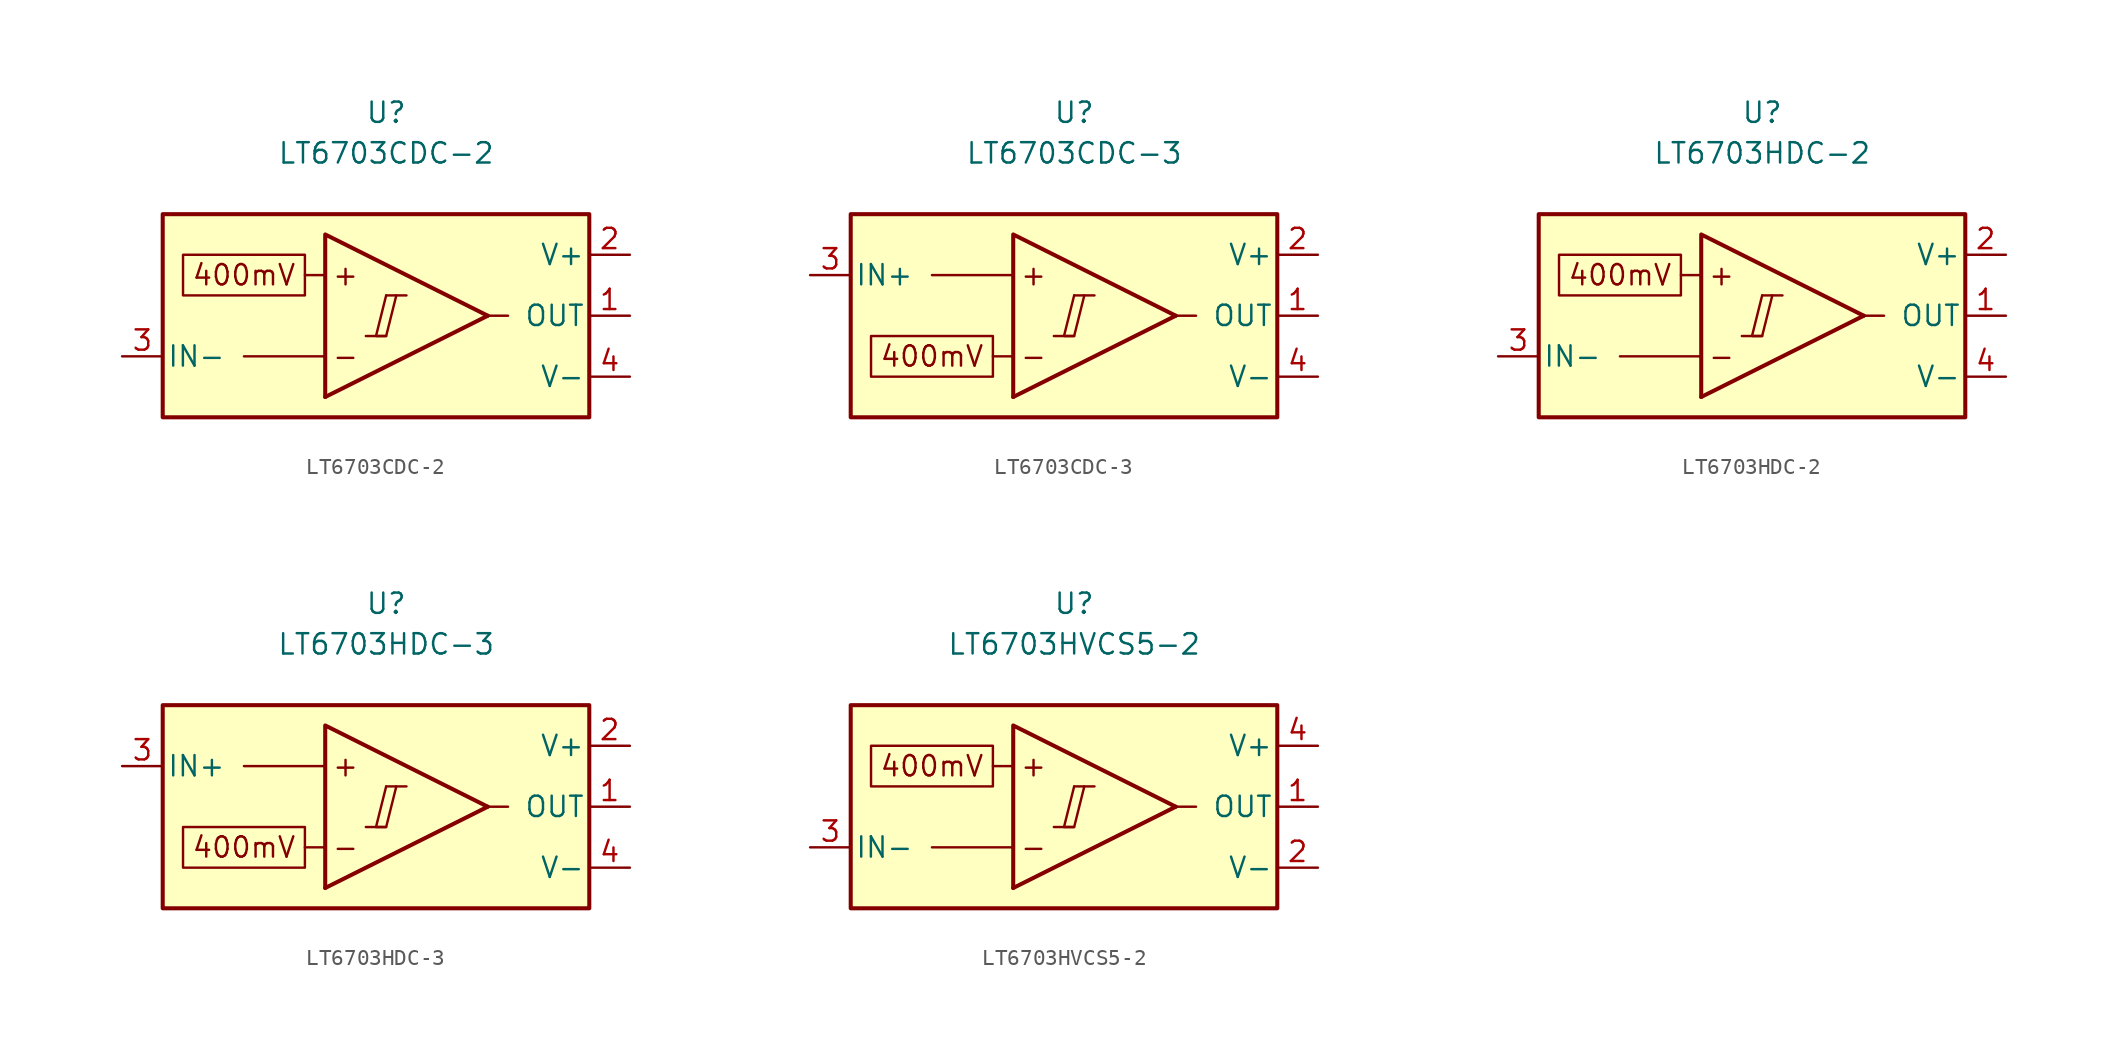
<source format=kicad_sym>
(kicad_symbol_lib
  (version 20211014)
  (generator kicad_symbol_editor)
  (symbol "LT6703CDC-2"
    (pin_names
      (offset 0.254))
    (property "Reference" "U"
      (at 0 12.7 0)
      (effects (font (size 1.27 1.27))))
    (property "Value" "LT6703CDC-2"
      (at 0 10.16 0)
      (effects (font (size 1.27 1.27))))
    (symbol "LT6703CDC-2_0_0"
      (polyline (pts (xy -1.27 -1.27) (xy 0 -1.27)) (stroke (width 0.152) (type default) (color 0 0 0 0)) (fill (type none)))
      (polyline (pts (xy 0 1.27) (xy 1.27 1.27)) (stroke (width 0.152) (type default) (color 0 0 0 0)) (fill (type none)))
      (polyline (pts (xy 6.35 0) (xy -3.81 -5.08)) (stroke (width 0.254) (type default) (color 0 0 0 0)) (fill (type none)))
      (polyline (pts (xy 6.35 0) (xy -3.81 5.08) (xy -3.81 -5.08)) (stroke (width 0.254) (type default) (color 0 0 0 0)) (fill (type background)))
      (polyline (pts (xy 0 1.27) (xy -0.635 -1.27) (xy 0 -1.27) (xy 0.635 1.27)) (stroke (width 0.152) (type default) (color 0 0 0 0)) (fill (type none)))
      (text "+" (at -2.54 2.54 0) (effects (font (size 1.27 1.27))))
      (text "-" (at -2.54 -2.54 0) (effects (font (size 1.27 1.27)))))
    (symbol "LT6703CDC-2_0_1"
      (polyline (pts (xy -3.81 -2.54) (xy -8.89 -2.54)) (stroke (width 0) (type default) (color 0 0 0 0)) (fill (type none)))
      (polyline (pts (xy -3.81 2.54) (xy -5.08 2.54)) (stroke (width 0) (type default) (color 0 0 0 0)) (fill (type none)))
      (polyline (pts (xy 6.35 0) (xy 7.62 0)) (stroke (width 0) (type default) (color 0 0 0 0)) (fill (type none))))
    (symbol "LT6703CDC-2_1_0"
      (rectangle (start -13.97 6.35) (end 12.7 -6.35) (stroke (width 0.254) (type default) (color 0 0 0 0)) (fill (type background)))
      (rectangle (start -12.7 3.81) (end -5.08 1.27) (stroke (width 0.152) (type default) (color 0 0 0 0)) (fill (type none)))
      (text "400mV" (at -8.89 2.54 0) (effects (font (size 1.27 1.27)))))
    (symbol "LT6703CDC-2_1_1"
      (pin output line (at 15.24 0 180) (length 2.54) (name "OUT" (effects (font (size 1.27 1.27)))) (number "1" (effects (font (size 1.27 1.27)))))
      (pin power_in line (at 15.24 3.81 180) (length 2.54) (name "V+" (effects (font (size 1.27 1.27)))) (number "2" (effects (font (size 1.27 1.27)))))
      (pin input line (at -16.51 -2.54 0) (length 2.54) (name "IN-" (effects (font (size 1.27 1.27)))) (number "3" (effects (font (size 1.27 1.27)))))
      (pin power_in line (at 15.24 -3.81 180) (length 2.54) (name "V-" (effects (font (size 1.27 1.27)))) (number "4" (effects (font (size 1.27 1.27)))))))
  (symbol "LT6703CDC-3"
    (pin_names
      (offset 0.254))
    (property "Reference" "U"
      (at 0 12.7 0)
      (effects (font (size 1.27 1.27))))
    (property "Value" "LT6703CDC-3"
      (at 0 10.16 0)
      (effects (font (size 1.27 1.27))))
    (symbol "LT6703CDC-3_0_0"
      (polyline (pts (xy -1.27 -1.27) (xy 0 -1.27)) (stroke (width 0.152) (type default) (color 0 0 0 0)) (fill (type none)))
      (polyline (pts (xy 0 1.27) (xy 1.27 1.27)) (stroke (width 0.152) (type default) (color 0 0 0 0)) (fill (type none)))
      (polyline (pts (xy 6.35 0) (xy -3.81 -5.08)) (stroke (width 0.254) (type default) (color 0 0 0 0)) (fill (type none)))
      (polyline (pts (xy 6.35 0) (xy -3.81 5.08) (xy -3.81 -5.08)) (stroke (width 0.254) (type default) (color 0 0 0 0)) (fill (type background)))
      (polyline (pts (xy 0 1.27) (xy -0.635 -1.27) (xy 0 -1.27) (xy 0.635 1.27)) (stroke (width 0.152) (type default) (color 0 0 0 0)) (fill (type none)))
      (text "+" (at -2.54 2.54 0) (effects (font (size 1.27 1.27))))
      (text "-" (at -2.54 -2.54 0) (effects (font (size 1.27 1.27)))))
    (symbol "LT6703CDC-3_0_1"
      (polyline (pts (xy -3.81 -2.54) (xy -5.08 -2.54)) (stroke (width 0) (type default) (color 0 0 0 0)) (fill (type none)))
      (polyline (pts (xy -3.81 2.54) (xy -8.89 2.54)) (stroke (width 0) (type default) (color 0 0 0 0)) (fill (type none)))
      (polyline (pts (xy 6.35 0) (xy 7.62 0)) (stroke (width 0) (type default) (color 0 0 0 0)) (fill (type none))))
    (symbol "LT6703CDC-3_1_0"
      (rectangle (start -13.97 6.35) (end 12.7 -6.35) (stroke (width 0.254) (type default) (color 0 0 0 0)) (fill (type background)))
      (rectangle (start -12.7 -1.27) (end -5.08 -3.81) (stroke (width 0.152) (type default) (color 0 0 0 0)) (fill (type none)))
      (text "400mV" (at -8.89 -2.54 0) (effects (font (size 1.27 1.27)))))
    (symbol "LT6703CDC-3_1_1"
      (pin output line (at 15.24 0 180) (length 2.54) (name "OUT" (effects (font (size 1.27 1.27)))) (number "1" (effects (font (size 1.27 1.27)))))
      (pin power_in line (at 15.24 3.81 180) (length 2.54) (name "V+" (effects (font (size 1.27 1.27)))) (number "2" (effects (font (size 1.27 1.27)))))
      (pin input line (at -16.51 2.54 0) (length 2.54) (name "IN+" (effects (font (size 1.27 1.27)))) (number "3" (effects (font (size 1.27 1.27)))))
      (pin power_in line (at 15.24 -3.81 180) (length 2.54) (name "V-" (effects (font (size 1.27 1.27)))) (number "4" (effects (font (size 1.27 1.27)))))))
  (symbol "LT6703HDC-2"
    (pin_names
      (offset 0.254))
    (property "Reference" "U"
      (at 0 12.7 0)
      (effects (font (size 1.27 1.27))))
    (property "Value" "LT6703HDC-2"
      (at 0 10.16 0)
      (effects (font (size 1.27 1.27))))
    (symbol "LT6703HDC-2_0_0"
      (polyline (pts (xy -1.27 -1.27) (xy 0 -1.27)) (stroke (width 0.152) (type default) (color 0 0 0 0)) (fill (type none)))
      (polyline (pts (xy 0 1.27) (xy 1.27 1.27)) (stroke (width 0.152) (type default) (color 0 0 0 0)) (fill (type none)))
      (polyline (pts (xy 6.35 0) (xy -3.81 -5.08)) (stroke (width 0.254) (type default) (color 0 0 0 0)) (fill (type none)))
      (polyline (pts (xy 6.35 0) (xy -3.81 5.08) (xy -3.81 -5.08)) (stroke (width 0.254) (type default) (color 0 0 0 0)) (fill (type background)))
      (polyline (pts (xy 0 1.27) (xy -0.635 -1.27) (xy 0 -1.27) (xy 0.635 1.27)) (stroke (width 0.152) (type default) (color 0 0 0 0)) (fill (type none)))
      (text "+" (at -2.54 2.54 0) (effects (font (size 1.27 1.27))))
      (text "-" (at -2.54 -2.54 0) (effects (font (size 1.27 1.27)))))
    (symbol "LT6703HDC-2_0_1"
      (polyline (pts (xy -3.81 -2.54) (xy -8.89 -2.54)) (stroke (width 0) (type default) (color 0 0 0 0)) (fill (type none)))
      (polyline (pts (xy -3.81 2.54) (xy -5.08 2.54)) (stroke (width 0) (type default) (color 0 0 0 0)) (fill (type none)))
      (polyline (pts (xy 6.35 0) (xy 7.62 0)) (stroke (width 0) (type default) (color 0 0 0 0)) (fill (type none))))
    (symbol "LT6703HDC-2_1_0"
      (rectangle (start -13.97 6.35) (end 12.7 -6.35) (stroke (width 0.254) (type default) (color 0 0 0 0)) (fill (type background)))
      (rectangle (start -12.7 3.81) (end -5.08 1.27) (stroke (width 0.152) (type default) (color 0 0 0 0)) (fill (type none)))
      (text "400mV" (at -8.89 2.54 0) (effects (font (size 1.27 1.27)))))
    (symbol "LT6703HDC-2_1_1"
      (pin output line (at 15.24 0 180) (length 2.54) (name "OUT" (effects (font (size 1.27 1.27)))) (number "1" (effects (font (size 1.27 1.27)))))
      (pin power_in line (at 15.24 3.81 180) (length 2.54) (name "V+" (effects (font (size 1.27 1.27)))) (number "2" (effects (font (size 1.27 1.27)))))
      (pin input line (at -16.51 -2.54 0) (length 2.54) (name "IN-" (effects (font (size 1.27 1.27)))) (number "3" (effects (font (size 1.27 1.27)))))
      (pin power_in line (at 15.24 -3.81 180) (length 2.54) (name "V-" (effects (font (size 1.27 1.27)))) (number "4" (effects (font (size 1.27 1.27)))))))
  (symbol "LT6703HDC-3"
    (pin_names
      (offset 0.254))
    (property "Reference" "U"
      (at 0 12.7 0)
      (effects (font (size 1.27 1.27))))
    (property "Value" "LT6703HDC-3"
      (at 0 10.16 0)
      (effects (font (size 1.27 1.27))))
    (symbol "LT6703HDC-3_0_0"
      (polyline (pts (xy -1.27 -1.27) (xy 0 -1.27)) (stroke (width 0.152) (type default) (color 0 0 0 0)) (fill (type none)))
      (polyline (pts (xy 0 1.27) (xy 1.27 1.27)) (stroke (width 0.152) (type default) (color 0 0 0 0)) (fill (type none)))
      (polyline (pts (xy 6.35 0) (xy -3.81 -5.08)) (stroke (width 0.254) (type default) (color 0 0 0 0)) (fill (type none)))
      (polyline (pts (xy 6.35 0) (xy -3.81 5.08) (xy -3.81 -5.08)) (stroke (width 0.254) (type default) (color 0 0 0 0)) (fill (type background)))
      (polyline (pts (xy 0 1.27) (xy -0.635 -1.27) (xy 0 -1.27) (xy 0.635 1.27)) (stroke (width 0.152) (type default) (color 0 0 0 0)) (fill (type none)))
      (text "+" (at -2.54 2.54 0) (effects (font (size 1.27 1.27))))
      (text "-" (at -2.54 -2.54 0) (effects (font (size 1.27 1.27)))))
    (symbol "LT6703HDC-3_0_1"
      (polyline (pts (xy -3.81 -2.54) (xy -5.08 -2.54)) (stroke (width 0) (type default) (color 0 0 0 0)) (fill (type none)))
      (polyline (pts (xy -3.81 2.54) (xy -8.89 2.54)) (stroke (width 0) (type default) (color 0 0 0 0)) (fill (type none)))
      (polyline (pts (xy 6.35 0) (xy 7.62 0)) (stroke (width 0) (type default) (color 0 0 0 0)) (fill (type none))))
    (symbol "LT6703HDC-3_1_0"
      (rectangle (start -13.97 6.35) (end 12.7 -6.35) (stroke (width 0.254) (type default) (color 0 0 0 0)) (fill (type background)))
      (rectangle (start -12.7 -1.27) (end -5.08 -3.81) (stroke (width 0.152) (type default) (color 0 0 0 0)) (fill (type none)))
      (text "400mV" (at -8.89 -2.54 0) (effects (font (size 1.27 1.27)))))
    (symbol "LT6703HDC-3_1_1"
      (pin output line (at 15.24 0 180) (length 2.54) (name "OUT" (effects (font (size 1.27 1.27)))) (number "1" (effects (font (size 1.27 1.27)))))
      (pin power_in line (at 15.24 3.81 180) (length 2.54) (name "V+" (effects (font (size 1.27 1.27)))) (number "2" (effects (font (size 1.27 1.27)))))
      (pin input line (at -16.51 2.54 0) (length 2.54) (name "IN+" (effects (font (size 1.27 1.27)))) (number "3" (effects (font (size 1.27 1.27)))))
      (pin power_in line (at 15.24 -3.81 180) (length 2.54) (name "V-" (effects (font (size 1.27 1.27)))) (number "4" (effects (font (size 1.27 1.27)))))))
  (symbol "LT6703HVCS5-2"
    (pin_names
      (offset 0.254))
    (property "Reference" "U"
      (at 0 12.7 0)
      (effects (font (size 1.27 1.27))))
    (property "Value" "LT6703HVCS5-2"
      (at 0 10.16 0)
      (effects (font (size 1.27 1.27))))
    (symbol "LT6703HVCS5-2_0_0"
      (polyline (pts (xy -1.27 -1.27) (xy 0 -1.27)) (stroke (width 0.152) (type default) (color 0 0 0 0)) (fill (type none)))
      (polyline (pts (xy 0 1.27) (xy 1.27 1.27)) (stroke (width 0.152) (type default) (color 0 0 0 0)) (fill (type none)))
      (polyline (pts (xy 6.35 0) (xy -3.81 -5.08)) (stroke (width 0.254) (type default) (color 0 0 0 0)) (fill (type none)))
      (polyline (pts (xy 6.35 0) (xy -3.81 5.08) (xy -3.81 -5.08)) (stroke (width 0.254) (type default) (color 0 0 0 0)) (fill (type background)))
      (polyline (pts (xy 0 1.27) (xy -0.635 -1.27) (xy 0 -1.27) (xy 0.635 1.27)) (stroke (width 0.152) (type default) (color 0 0 0 0)) (fill (type none)))
      (text "+" (at -2.54 2.54 0) (effects (font (size 1.27 1.27))))
      (text "-" (at -2.54 -2.54 0) (effects (font (size 1.27 1.27)))))
    (symbol "LT6703HVCS5-2_0_1"
      (polyline (pts (xy -3.81 -2.54) (xy -8.89 -2.54)) (stroke (width 0) (type default) (color 0 0 0 0)) (fill (type none)))
      (polyline (pts (xy -3.81 2.54) (xy -5.08 2.54)) (stroke (width 0) (type default) (color 0 0 0 0)) (fill (type none)))
      (polyline (pts (xy 6.35 0) (xy 7.62 0)) (stroke (width 0) (type default) (color 0 0 0 0)) (fill (type none))))
    (symbol "LT6703HVCS5-2_1_0"
      (rectangle (start -13.97 6.35) (end 12.7 -6.35) (stroke (width 0.254) (type default) (color 0 0 0 0)) (fill (type background)))
      (rectangle (start -12.7 3.81) (end -5.08 1.27) (stroke (width 0.152) (type default) (color 0 0 0 0)) (fill (type none)))
      (text "400mV" (at -8.89 2.54 0) (effects (font (size 1.27 1.27)))))
    (symbol "LT6703HVCS5-2_1_1"
      (pin output line (at 15.24 0 180) (length 2.54) (name "OUT" (effects (font (size 1.27 1.27)))) (number "1" (effects (font (size 1.27 1.27)))))
      (pin power_in line (at 15.24 -3.81 180) (length 2.54) (name "V-" (effects (font (size 1.27 1.27)))) (number "2" (effects (font (size 1.27 1.27)))))
      (pin input line (at -16.51 -2.54 0) (length 2.54) (name "IN-" (effects (font (size 1.27 1.27)))) (number "3" (effects (font (size 1.27 1.27)))))
      (pin power_in line (at 15.24 3.81 180) (length 2.54) (name "V+" (effects (font (size 1.27 1.27)))) (number "4" (effects (font (size 1.27 1.27)))))
      (pin no_connect line (at -1.27 0 0) (length 2.54) hide (name "NC" (effects (font (size 1.27 1.27)))) (number "5" (effects (font (size 1.27 1.27))))))))
</source>
